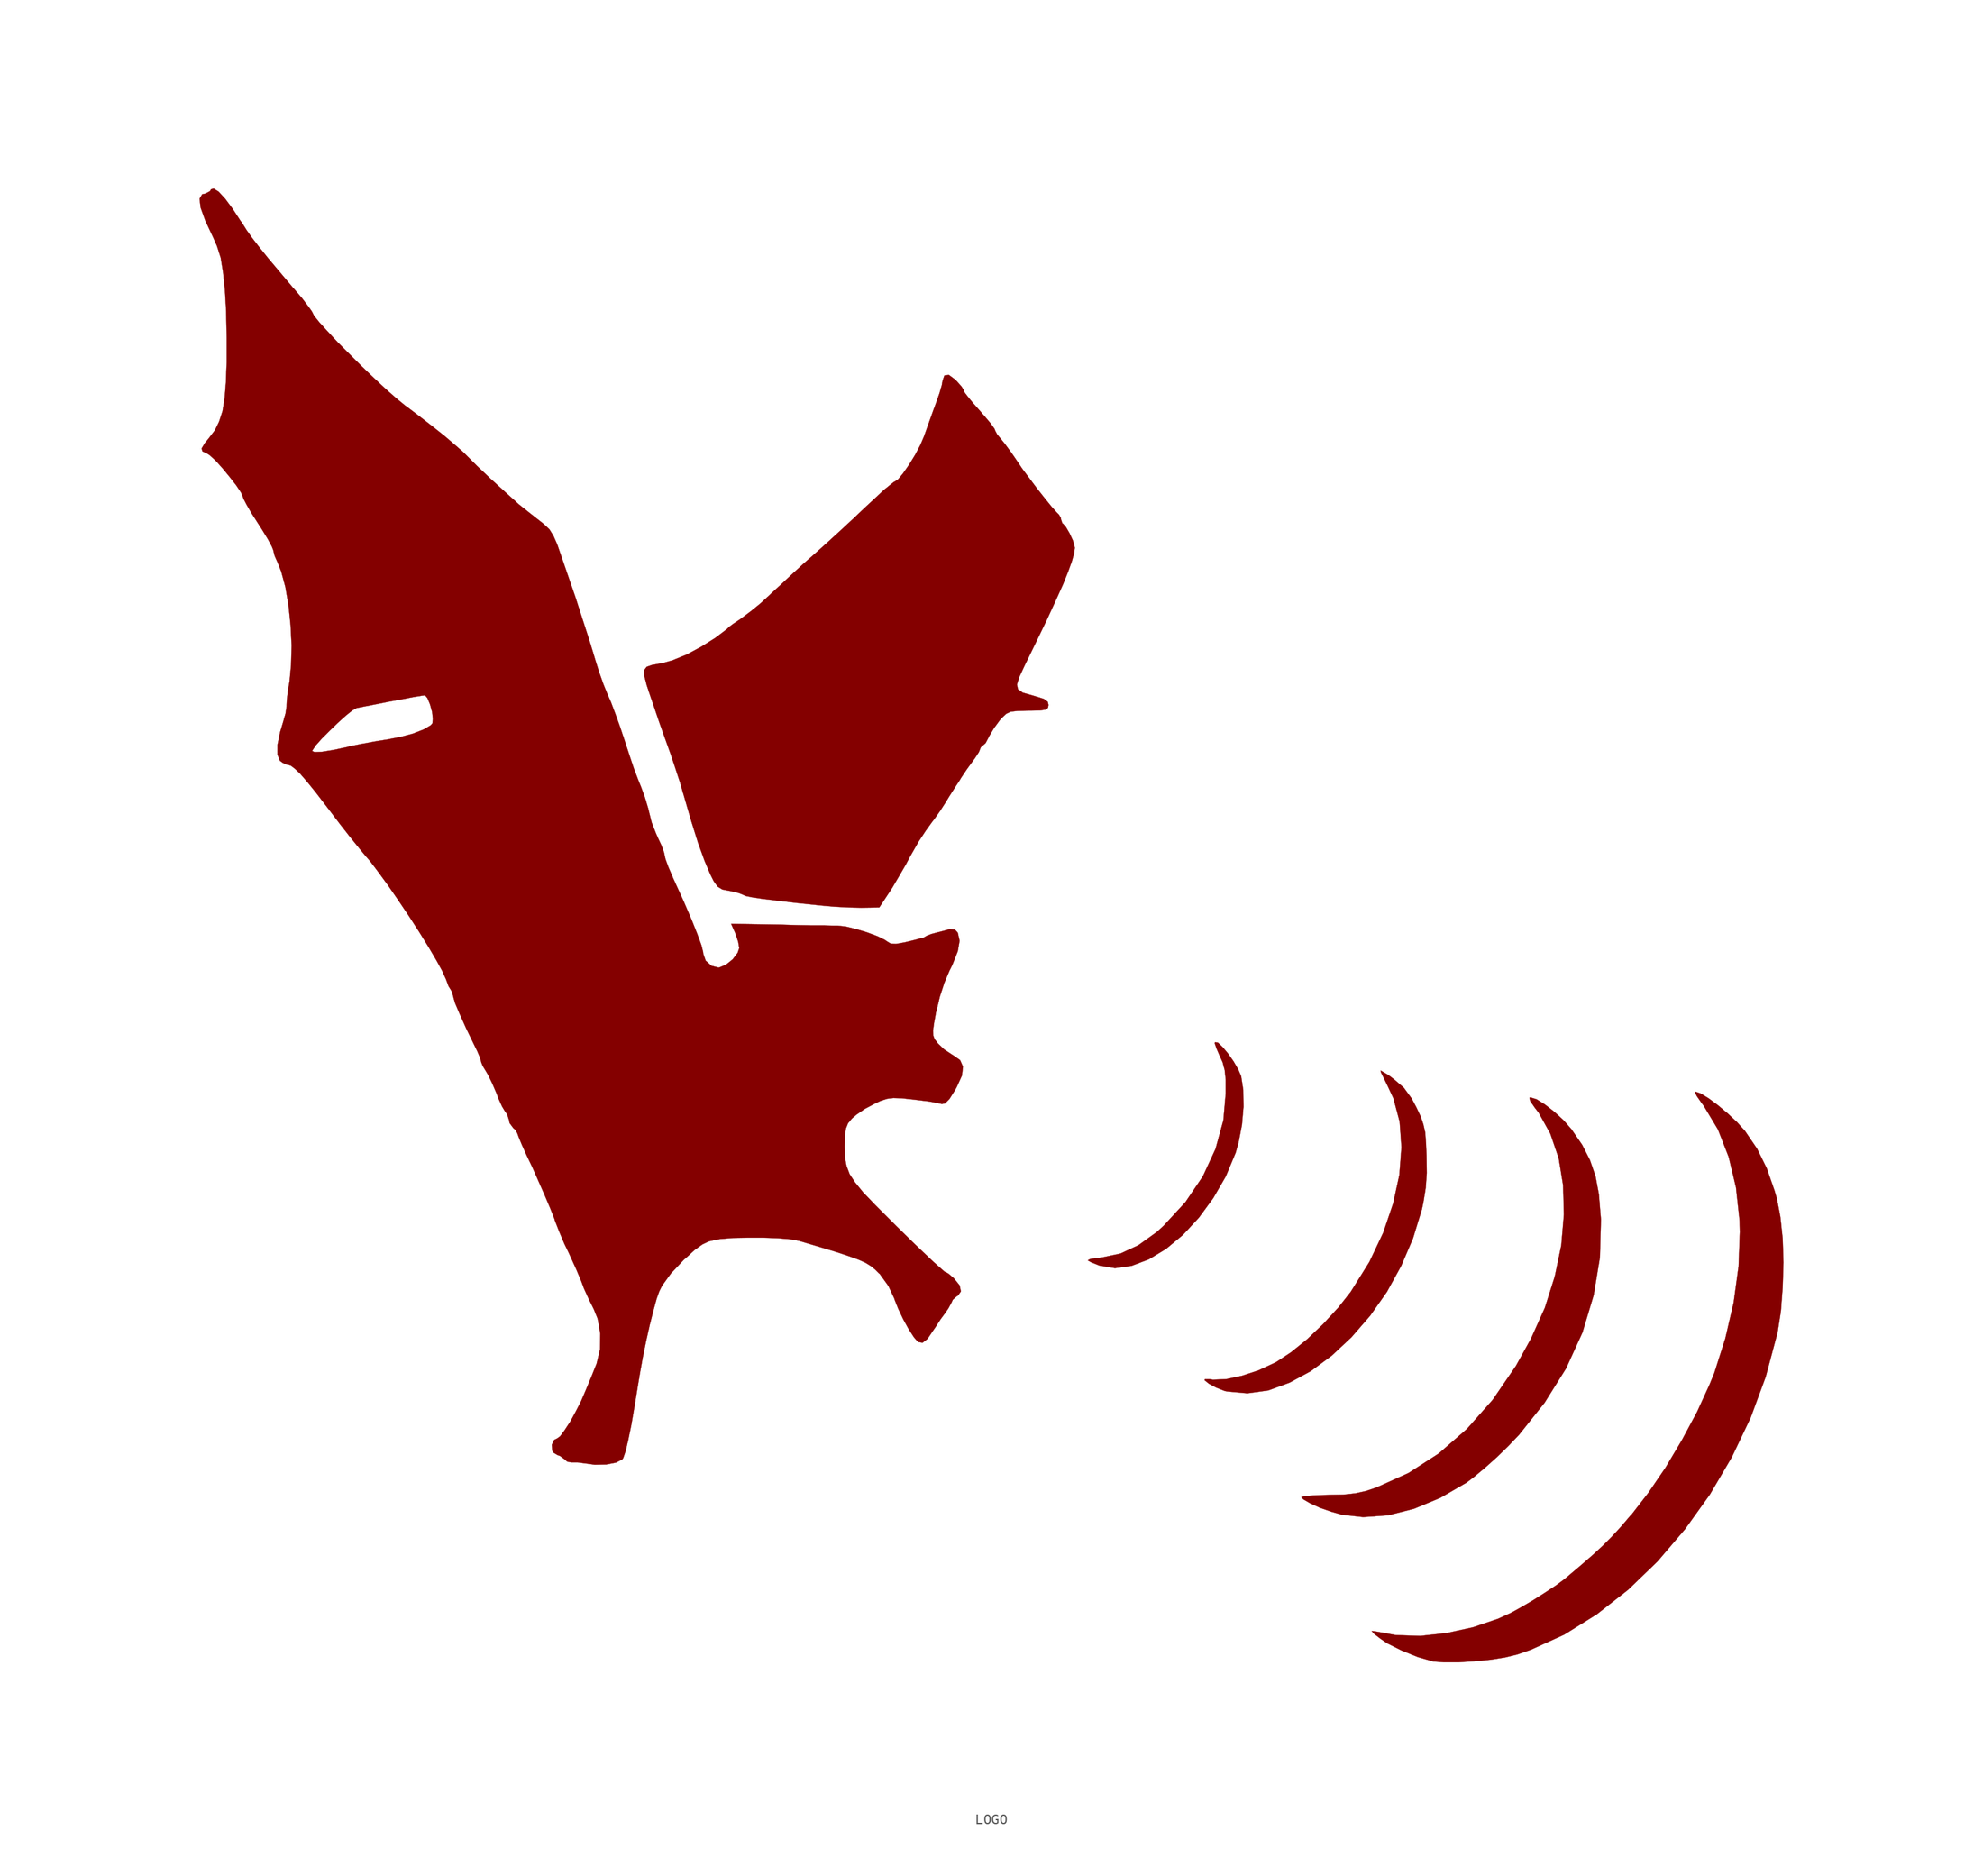
<source format=kicad_sym>
(kicad_symbol_lib
  (version 20211014)
  (generator kicad_symbol_editor)
  (symbol "LOGO"
    (pin_names
      (offset 1.016))
    (property "Reference" "#G"
      (at 0 -82.296 0)
      (effects (font (size 1.27 1.27)) hide))
    (symbol "LOGO_0_0"
      (polyline (pts (xy 10.947 -24.536) (xy 12.624 -23.901) (xy 14.3 -22.885) (xy 15.951 -21.514) (xy 17.501 -19.837) (xy 18.898 -17.932) (xy 20.117 -15.824) (xy 21.082 -13.513) (xy 21.361 -12.522) (xy 21.692 -10.795) (xy 21.844 -9.042) (xy 21.819 -7.391) (xy 21.615 -6.071) (xy 21.336 -5.41) (xy 20.879 -4.623) (xy 20.345 -3.861) (xy 19.812 -3.226) (xy 19.355 -2.794) (xy 19.075 -2.743) (xy 19.05 -2.87) (xy 19.228 -3.378) (xy 19.533 -4.089) (xy 19.812 -4.699) (xy 20.015 -5.461) (xy 20.117 -6.401) (xy 20.117 -7.722) (xy 19.888 -10.338) (xy 19.126 -13.132) (xy 17.882 -15.824) (xy 16.18 -18.339) (xy 14.072 -20.625) (xy 13.411 -21.234) (xy 11.608 -22.53) (xy 9.855 -23.343) (xy 8.052 -23.724) (xy 7.62 -23.774) (xy 6.909 -23.876) (xy 6.68 -24.003) (xy 6.985 -24.181) (xy 7.747 -24.486) (xy 7.823 -24.511) (xy 9.322 -24.765) (xy 10.947 -24.536)) (stroke (width 0.025) (type default) (color 0 0 0 0)) (fill (type outline)))
      (polyline (pts (xy 24.257 -36.678) (xy 26.34 -35.916) (xy 28.397 -34.798) (xy 30.429 -33.299) (xy 32.36 -31.496) (xy 34.188 -29.388) (xy 35.814 -27.076) (xy 37.211 -24.536) (xy 38.354 -21.869) (xy 39.218 -19.05) (xy 39.37 -18.339) (xy 39.599 -16.916) (xy 39.7 -15.494) (xy 39.675 -13.792) (xy 39.624 -12.598) (xy 39.548 -11.557) (xy 39.37 -10.77) (xy 39.116 -10.008) (xy 38.684 -9.093) (xy 38.227 -8.23) (xy 37.465 -7.188) (xy 36.525 -6.375) (xy 35.992 -5.969) (xy 35.433 -5.639) (xy 35.204 -5.512) (xy 35.255 -5.715) (xy 35.535 -6.274) (xy 35.916 -7.061) (xy 36.449 -8.204) (xy 37.059 -10.49) (xy 37.236 -12.979) (xy 37.033 -15.672) (xy 36.424 -18.466) (xy 35.458 -21.311) (xy 34.112 -24.155) (xy 32.385 -26.924) (xy 32.309 -27.051) (xy 31.09 -28.6) (xy 29.616 -30.201) (xy 28.042 -31.699) (xy 26.467 -32.969) (xy 25.044 -33.909) (xy 24.892 -33.985) (xy 23.317 -34.722) (xy 21.692 -35.255) (xy 20.142 -35.585) (xy 18.872 -35.636) (xy 18.542 -35.585) (xy 18.085 -35.585) (xy 18.059 -35.687) (xy 18.44 -35.992) (xy 18.466 -36.017) (xy 19.177 -36.398) (xy 20.015 -36.728) (xy 20.269 -36.779) (xy 22.225 -36.957) (xy 24.257 -36.678)) (stroke (width 0.025) (type default) (color 0 0 0 0)) (fill (type outline)))
      (polyline (pts (xy 35.941 -48.844) (xy 38.456 -48.209) (xy 41.021 -47.142) (xy 43.561 -45.669) (xy 44.298 -45.11) (xy 45.364 -44.221) (xy 46.558 -43.155) (xy 47.65 -42.088) (xy 48.692 -40.996) (xy 51.181 -37.871) (xy 53.264 -34.544) (xy 54.864 -31.039) (xy 55.956 -27.407) (xy 56.566 -23.724) (xy 56.667 -20.015) (xy 56.642 -19.71) (xy 56.464 -17.551) (xy 56.134 -15.799) (xy 55.601 -14.249) (xy 54.839 -12.751) (xy 53.772 -11.201) (xy 53.746 -11.176) (xy 53.01 -10.338) (xy 52.121 -9.525) (xy 51.206 -8.814) (xy 50.394 -8.306) (xy 49.809 -8.128) (xy 49.708 -8.153) (xy 49.784 -8.484) (xy 50.241 -9.144) (xy 50.597 -9.601) (xy 51.74 -11.659) (xy 52.553 -14.046) (xy 52.984 -16.688) (xy 53.061 -19.533) (xy 52.807 -22.53) (xy 52.172 -25.578) (xy 51.206 -28.626) (xy 49.86 -31.623) (xy 48.387 -34.29) (xy 46.126 -37.592) (xy 43.612 -40.437) (xy 40.869 -42.824) (xy 37.922 -44.729) (xy 34.773 -46.152) (xy 33.782 -46.482) (xy 32.741 -46.711) (xy 31.572 -46.838) (xy 30.099 -46.863) (xy 29.261 -46.888) (xy 28.296 -46.939) (xy 27.686 -47.015) (xy 27.483 -47.092) (xy 27.686 -47.295) (xy 28.346 -47.676) (xy 29.286 -48.108) (xy 30.378 -48.489) (xy 31.445 -48.793) (xy 33.503 -49.022) (xy 35.941 -48.844)) (stroke (width 0.025) (type default) (color 0 0 0 0)) (fill (type outline)))
      (polyline (pts (xy 44.348 -63.068) (xy 45.949 -62.916) (xy 47.371 -62.687) (xy 48.514 -62.408) (xy 49.835 -61.951) (xy 53.086 -60.477) (xy 56.261 -58.496) (xy 59.309 -56.109) (xy 62.179 -53.34) (xy 64.846 -50.216) (xy 67.285 -46.812) (xy 69.418 -43.18) (xy 71.247 -39.345) (xy 72.72 -35.357) (xy 73.812 -31.267) (xy 73.863 -31.09) (xy 74.193 -28.981) (xy 74.371 -26.645) (xy 74.447 -24.206) (xy 74.371 -21.869) (xy 74.143 -19.761) (xy 73.812 -18.009) (xy 73.584 -17.221) (xy 72.822 -15.037) (xy 71.882 -13.132) (xy 70.688 -11.379) (xy 70.637 -11.328) (xy 69.952 -10.566) (xy 69.063 -9.728) (xy 68.097 -8.915) (xy 67.183 -8.23) (xy 66.396 -7.747) (xy 65.888 -7.569) (xy 65.837 -7.645) (xy 66.015 -8.001) (xy 66.421 -8.585) (xy 66.7 -8.966) (xy 68.072 -11.252) (xy 69.113 -13.919) (xy 69.825 -16.891) (xy 70.18 -20.142) (xy 70.206 -21.234) (xy 70.079 -24.587) (xy 69.596 -28.118) (xy 68.783 -31.623) (xy 67.716 -34.976) (xy 67.259 -36.093) (xy 66.04 -38.76) (xy 64.567 -41.504) (xy 62.967 -44.196) (xy 61.29 -46.66) (xy 59.639 -48.793) (xy 59.614 -48.793) (xy 58.598 -49.987) (xy 57.709 -50.952) (xy 56.82 -51.841) (xy 55.855 -52.73) (xy 54.686 -53.746) (xy 53.213 -54.991) (xy 53.086 -55.093) (xy 52.299 -55.677) (xy 51.257 -56.363) (xy 50.063 -57.125) (xy 48.895 -57.81) (xy 47.93 -58.344) (xy 46.66 -58.928) (xy 44.196 -59.766) (xy 41.631 -60.325) (xy 39.091 -60.604) (xy 36.703 -60.528) (xy 34.595 -60.147) (xy 34.341 -60.122) (xy 34.544 -60.376) (xy 35.204 -60.884) (xy 35.839 -61.316) (xy 37.262 -62.027) (xy 38.837 -62.662) (xy 40.259 -63.068) (xy 40.335 -63.094) (xy 41.377 -63.17) (xy 42.774 -63.17) (xy 44.348 -63.068)) (stroke (width 0.025) (type default) (color 0 0 0 0)) (fill (type outline)))
      (polyline (pts (xy -13.64 10.389) (xy -12.751 11.735) (xy -12.37 12.319) (xy -11.684 13.487) (xy -11.049 14.58) (xy -10.617 15.392) (xy -9.804 16.815) (xy -9.119 17.856) (xy -8.534 18.669) (xy -8.28 18.999) (xy -7.722 19.787) (xy -7.163 20.65) (xy -6.858 21.158) (xy -6.274 22.073) (xy -5.791 22.809) (xy -5.69 22.987) (xy -5.131 23.825) (xy -4.318 24.943) (xy -3.937 25.527) (xy -3.785 25.908) (xy -3.759 25.984) (xy -3.531 26.187) (xy -3.277 26.416) (xy -2.997 26.949) (xy -2.921 27.102) (xy -2.464 27.864) (xy -1.905 28.626) (xy -1.651 28.905) (xy -1.27 29.261) (xy -0.838 29.464) (xy -0.178 29.54) (xy 0.864 29.566) (xy 1.143 29.566) (xy 2.057 29.591) (xy 2.565 29.667) (xy 2.794 29.845) (xy 2.845 30.124) (xy 2.769 30.429) (xy 2.388 30.709) (xy 1.575 30.963) (xy 0.33 31.318) (xy -0.127 31.648) (xy -0.229 32.106) (xy 0 32.842) (xy 0.508 33.934) (xy 1.524 36.017) (xy 2.667 38.379) (xy 3.556 40.31) (xy 4.267 41.885) (xy 4.775 43.155) (xy 5.131 44.145) (xy 5.334 44.882) (xy 5.41 45.441) (xy 5.385 45.542) (xy 5.232 46.126) (xy 4.902 46.838) (xy 4.547 47.447) (xy 4.267 47.777) (xy 4.191 47.828) (xy 4.064 48.209) (xy 4.039 48.362) (xy 3.861 48.666) (xy 3.658 48.87) (xy 3.175 49.403) (xy 2.515 50.216) (xy 1.753 51.181) (xy 0.991 52.197) (xy 0.254 53.188) (xy -0.305 54.026) (xy -0.813 54.762) (xy -1.397 55.55) (xy -1.803 56.058) (xy -2.159 56.49) (xy -2.337 56.82) (xy -2.413 57.023) (xy -2.769 57.531) (xy -3.327 58.191) (xy -3.81 58.75) (xy -4.547 59.588) (xy -5.004 60.147) (xy -5.258 60.477) (xy -5.385 60.655) (xy -5.385 60.757) (xy -5.41 60.808) (xy -5.639 61.163) (xy -6.096 61.671) (xy -6.274 61.849) (xy -6.858 62.281) (xy -7.29 62.23) (xy -7.468 61.722) (xy -7.544 61.29) (xy -7.772 60.503) (xy -8.103 59.563) (xy -8.357 58.877) (xy -8.839 57.531) (xy -9.271 56.312) (xy -9.627 55.474) (xy -10.135 54.508) (xy -10.744 53.518) (xy -11.328 52.68) (xy -11.811 52.095) (xy -12.167 51.867) (xy -12.192 51.867) (xy -12.548 51.587) (xy -13.208 51.054) (xy -14.046 50.267) (xy -15.037 49.352) (xy -16.104 48.336) (xy -17.501 47.041) (xy -18.923 45.745) (xy -20.117 44.679) (xy -20.93 43.967) (xy -22.123 42.875) (xy -23.266 41.808) (xy -24.181 40.97) (xy -24.308 40.843) (xy -25.222 40.005) (xy -26.162 39.243) (xy -27.178 38.481) (xy -27.864 38.024) (xy -28.27 37.719) (xy -28.473 37.516) (xy -29.616 36.652) (xy -30.988 35.789) (xy -32.41 35.027) (xy -33.782 34.468) (xy -34.874 34.163) (xy -34.95 34.163) (xy -35.789 34.011) (xy -36.297 33.833) (xy -36.551 33.503) (xy -36.525 32.944) (xy -36.297 32.055) (xy -35.865 30.759) (xy -35.636 30.099) (xy -35.103 28.524) (xy -34.544 26.949) (xy -34.061 25.603) (xy -33.96 25.324) (xy -33.503 23.952) (xy -33.045 22.555) (xy -32.715 21.412) (xy -32.639 21.158) (xy -31.953 18.796) (xy -31.293 16.688) (xy -30.658 14.935) (xy -30.099 13.614) (xy -29.769 12.954) (xy -29.388 12.421) (xy -28.931 12.141) (xy -28.27 12.014) (xy -28.016 11.963) (xy -27.305 11.786) (xy -26.873 11.608) (xy -26.645 11.506) (xy -26.035 11.379) (xy -25.019 11.227) (xy -23.546 11.049) (xy -21.615 10.82) (xy -19.177 10.566) (xy -18.034 10.465) (xy -16.612 10.389) (xy -15.392 10.363) (xy -13.64 10.389)) (stroke (width 0.025) (type default) (color 0 0 0 0)) (fill (type outline)))
      (polyline (pts (xy -40.234 -43.891) (xy -39.294 -43.713) (xy -38.659 -43.383) (xy -38.583 -43.256) (xy -38.354 -42.596) (xy -38.1 -41.504) (xy -37.795 -40.03) (xy -37.49 -38.252) (xy -37.16 -36.22) (xy -36.957 -35.001) (xy -36.678 -33.452) (xy -36.347 -31.826) (xy -35.992 -30.251) (xy -35.636 -28.854) (xy -35.331 -27.737) (xy -35.077 -27.026) (xy -34.798 -26.467) (xy -33.934 -25.273) (xy -32.69 -23.952) (xy -32.487 -23.774) (xy -31.598 -22.962) (xy -30.886 -22.454) (xy -30.251 -22.149) (xy -29.54 -21.996) (xy -29.134 -21.92) (xy -27.889 -21.819) (xy -26.441 -21.793) (xy -24.943 -21.793) (xy -23.495 -21.844) (xy -22.276 -21.946) (xy -21.463 -22.098) (xy -19.406 -22.708) (xy -17.805 -23.19) (xy -16.586 -23.597) (xy -15.672 -23.927) (xy -14.986 -24.232) (xy -14.453 -24.562) (xy -14.046 -24.892) (xy -13.64 -25.298) (xy -13.614 -25.298) (xy -12.751 -26.492) (xy -12.167 -27.737) (xy -12.141 -27.838) (xy -11.786 -28.727) (xy -11.303 -29.743) (xy -10.77 -30.709) (xy -10.262 -31.496) (xy -9.881 -31.928) (xy -9.855 -31.953) (xy -9.423 -32.029) (xy -8.941 -31.648) (xy -8.357 -30.785) (xy -8.179 -30.531) (xy -7.671 -29.743) (xy -7.239 -29.159) (xy -6.909 -28.677) (xy -6.604 -28.118) (xy -6.477 -27.838) (xy -6.071 -27.483) (xy -5.969 -27.432) (xy -5.69 -27.026) (xy -5.817 -26.441) (xy -6.35 -25.781) (xy -6.426 -25.705) (xy -6.909 -25.298) (xy -7.188 -25.146) (xy -7.264 -25.121) (xy -7.645 -24.79) (xy -8.357 -24.155) (xy -9.322 -23.241) (xy -10.541 -22.073) (xy -11.913 -20.726) (xy -14.097 -18.542) (xy -15.215 -17.374) (xy -16.002 -16.408) (xy -16.535 -15.596) (xy -16.84 -14.783) (xy -16.993 -13.945) (xy -17.018 -12.929) (xy -17.018 -12.878) (xy -16.993 -11.836) (xy -16.891 -11.151) (xy -16.688 -10.643) (xy -16.307 -10.185) (xy -15.9 -9.83) (xy -15.062 -9.246) (xy -14.097 -8.738) (xy -13.513 -8.458) (xy -12.878 -8.255) (xy -12.268 -8.179) (xy -11.455 -8.204) (xy -10.287 -8.331) (xy -9.881 -8.382) (xy -8.839 -8.509) (xy -8.001 -8.661) (xy -7.544 -8.763) (xy -7.239 -8.712) (xy -6.807 -8.28) (xy -6.248 -7.391) (xy -6.096 -7.112) (xy -5.588 -5.994) (xy -5.486 -5.131) (xy -5.766 -4.496) (xy -6.452 -4.013) (xy -6.502 -3.988) (xy -7.315 -3.454) (xy -7.976 -2.819) (xy -7.976 -2.794) (xy -8.255 -2.438) (xy -8.382 -2.083) (xy -8.407 -1.626) (xy -8.306 -0.889) (xy -8.103 0.229) (xy -8.077 0.279) (xy -7.747 1.676) (xy -7.29 3.073) (xy -6.807 4.216) (xy -6.528 4.775) (xy -5.994 6.121) (xy -5.817 7.137) (xy -5.994 7.925) (xy -6.274 8.23) (xy -6.833 8.255) (xy -7.29 8.128) (xy -8.077 7.925) (xy -8.56 7.798) (xy -9.017 7.62) (xy -9.144 7.544) (xy -9.322 7.442) (xy -9.627 7.366) (xy -10.211 7.214) (xy -11.151 6.985) (xy -12.014 6.833) (xy -12.522 6.858) (xy -12.903 7.087) (xy -13.081 7.214) (xy -13.792 7.569) (xy -14.808 7.95) (xy -15.9 8.28) (xy -16.942 8.534) (xy -17.704 8.611) (xy -18.085 8.611) (xy -18.948 8.636) (xy -20.193 8.636) (xy -21.666 8.661) (xy -23.292 8.712) (xy -28.067 8.788) (xy -27.661 7.874) (xy -27.381 7.036) (xy -27.28 6.426) (xy -27.432 5.969) (xy -27.915 5.334) (xy -28.575 4.801) (xy -29.261 4.521) (xy -29.312 4.521) (xy -29.997 4.699) (xy -30.556 5.207) (xy -30.785 5.867) (xy -30.81 6.071) (xy -30.988 6.756) (xy -31.369 7.798) (xy -31.928 9.195) (xy -32.715 11.024) (xy -33.757 13.31) (xy -33.782 13.386) (xy -34.188 14.326) (xy -34.468 15.088) (xy -34.62 15.773) (xy -34.849 16.408) (xy -35.23 17.221) (xy -35.408 17.628) (xy -35.814 18.669) (xy -36.17 20.091) (xy -36.474 21.107) (xy -36.855 22.149) (xy -37.135 22.835) (xy -37.567 23.978) (xy -38.024 25.349) (xy -38.481 26.746) (xy -38.862 27.889) (xy -39.345 29.235) (xy -39.776 30.378) (xy -40.132 31.191) (xy -40.513 32.131) (xy -40.945 33.35) (xy -41.326 34.569) (xy -41.453 35.001) (xy -41.935 36.576) (xy -42.545 38.456) (xy -43.231 40.589) (xy -45.009 45.745) (xy -45.39 46.609) (xy -45.771 47.219) (xy -46.33 47.752) (xy -47.142 48.387) (xy -47.625 48.768) (xy -48.743 49.657) (xy -50.038 50.825) (xy -51.435 52.095) (xy -52.807 53.391) (xy -54.204 54.788) (xy -54.991 55.474) (xy -56.032 56.363) (xy -57.252 57.328) (xy -58.496 58.293) (xy -59.639 59.157) (xy -59.817 59.284) (xy -60.655 59.969) (xy -61.697 60.884) (xy -62.84 61.951) (xy -64.059 63.119) (xy -66.396 65.456) (xy -67.386 66.523) (xy -68.174 67.386) (xy -68.707 68.047) (xy -68.885 68.402) (xy -68.961 68.529) (xy -69.291 68.986) (xy -69.85 69.723) (xy -70.587 70.587) (xy -70.79 70.815) (xy -72.136 72.415) (xy -73.203 73.685) (xy -74.041 74.727) (xy -74.727 75.616) (xy -75.286 76.403) (xy -75.794 77.216) (xy -75.819 77.216) (xy -76.632 78.461) (xy -77.368 79.451) (xy -78.003 80.137) (xy -78.486 80.442) (xy -78.74 80.366) (xy -78.842 80.188) (xy -79.273 79.959) (xy -79.604 79.883) (xy -79.858 79.451) (xy -79.756 78.588) (xy -79.299 77.318) (xy -78.511 75.641) (xy -78.156 74.828) (xy -77.8 73.711) (xy -77.572 72.314) (xy -77.394 70.612) (xy -77.267 68.504) (xy -77.216 65.913) (xy -77.216 63.5) (xy -77.292 61.544) (xy -77.419 59.995) (xy -77.622 58.75) (xy -77.953 57.734) (xy -78.359 56.896) (xy -78.918 56.159) (xy -79.35 55.626) (xy -79.654 55.118) (xy -79.578 54.839) (xy -79.146 54.635) (xy -78.867 54.458) (xy -78.283 53.924) (xy -77.622 53.188) (xy -76.911 52.324) (xy -76.276 51.511) (xy -75.819 50.825) (xy -75.641 50.419) (xy -75.59 50.241) (xy -75.286 49.657) (xy -74.803 48.819) (xy -74.168 47.828) (xy -73.762 47.193) (xy -73.203 46.279) (xy -72.822 45.568) (xy -72.669 45.187) (xy -72.669 45.161) (xy -72.542 44.653) (xy -72.238 43.967) (xy -71.907 43.129) (xy -71.501 41.631) (xy -71.196 39.853) (xy -70.993 37.897) (xy -70.891 35.916) (xy -70.942 34.036) (xy -71.095 32.41) (xy -71.247 31.521) (xy -71.349 30.658) (xy -71.374 30.124) (xy -71.374 29.997) (xy -71.476 29.312) (xy -71.704 28.499) (xy -72.009 27.483) (xy -72.263 26.238) (xy -72.263 25.629) (xy -68.885 25.629) (xy -68.859 25.705) (xy -68.555 26.162) (xy -67.97 26.822) (xy -67.208 27.584) (xy -66.396 28.372) (xy -65.608 29.083) (xy -64.973 29.591) (xy -64.567 29.82) (xy -63.805 29.972) (xy -62.611 30.201) (xy -61.341 30.455) (xy -60.096 30.683) (xy -59.055 30.886) (xy -58.268 31.013) (xy -57.912 31.064) (xy -57.887 31.064) (xy -57.658 30.785) (xy -57.404 30.175) (xy -57.201 29.439) (xy -57.125 28.753) (xy -57.175 28.321) (xy -57.328 28.143) (xy -58.014 27.737) (xy -59.055 27.33) (xy -60.3 27) (xy -61.62 26.746) (xy -62.738 26.568) (xy -64.11 26.314) (xy -65.253 26.086) (xy -65.405 26.035) (xy -66.827 25.73) (xy -67.945 25.552) (xy -68.656 25.527) (xy -68.885 25.629) (xy -72.263 25.629) (xy -72.263 25.273) (xy -72.034 24.689) (xy -71.755 24.486) (xy -71.374 24.308) (xy -71.298 24.308) (xy -70.968 24.206) (xy -70.561 23.901) (xy -70.053 23.419) (xy -69.393 22.657) (xy -68.529 21.59) (xy -67.437 20.168) (xy -66.065 18.364) (xy -66.04 18.339) (xy -65.227 17.297) (xy -64.364 16.231) (xy -63.652 15.367) (xy -63.271 14.935) (xy -62.484 13.894) (xy -61.519 12.573) (xy -60.503 11.1) (xy -59.461 9.55) (xy -58.445 7.976) (xy -57.531 6.502) (xy -56.769 5.207) (xy -56.21 4.191) (xy -55.905 3.505) (xy -55.855 3.404) (xy -55.601 2.718) (xy -55.347 2.311) (xy -55.27 2.159) (xy -55.118 1.626) (xy -55.118 1.6) (xy -54.966 1.067) (xy -54.534 0.051) (xy -53.873 -1.422) (xy -52.934 -3.353) (xy -52.807 -3.607) (xy -52.527 -4.267) (xy -52.426 -4.648) (xy -52.426 -4.674) (xy -52.273 -5.055) (xy -51.918 -5.639) (xy -51.74 -5.944) (xy -51.333 -6.782) (xy -50.927 -7.722) (xy -50.749 -8.204) (xy -50.394 -8.992) (xy -50.089 -9.5) (xy -49.886 -9.779) (xy -49.708 -10.338) (xy -49.657 -10.617) (xy -49.301 -11.1) (xy -49.073 -11.303) (xy -48.895 -11.633) (xy -48.768 -11.989) (xy -48.463 -12.725) (xy -48.006 -13.741) (xy -47.447 -14.91) (xy -46.939 -16.053) (xy -46.279 -17.551) (xy -45.695 -18.923) (xy -45.263 -20.015) (xy -45.263 -20.066) (xy -44.806 -21.234) (xy -44.323 -22.377) (xy -43.891 -23.266) (xy -43.129 -24.943) (xy -42.672 -26.035) (xy -42.418 -26.721) (xy -41.91 -27.838) (xy -41.453 -28.753) (xy -41.072 -29.693) (xy -40.818 -31.14) (xy -40.843 -32.664) (xy -41.173 -34.061) (xy -41.681 -35.331) (xy -42.24 -36.678) (xy -42.697 -37.744) (xy -43.18 -38.684) (xy -43.688 -39.624) (xy -43.764 -39.751) (xy -44.298 -40.564) (xy -44.729 -41.148) (xy -45.009 -41.351) (xy -45.314 -41.504) (xy -45.542 -41.986) (xy -45.491 -42.57) (xy -45.364 -42.748) (xy -44.983 -42.977) (xy -44.755 -43.053) (xy -44.298 -43.383) (xy -44.044 -43.612) (xy -43.663 -43.688) (xy -43.028 -43.688) (xy -42.266 -43.79) (xy -41.351 -43.917) (xy -40.234 -43.891)) (stroke (width 0.025) (type default) (color 0 0 0 0)) (fill (type outline))))))
</source>
